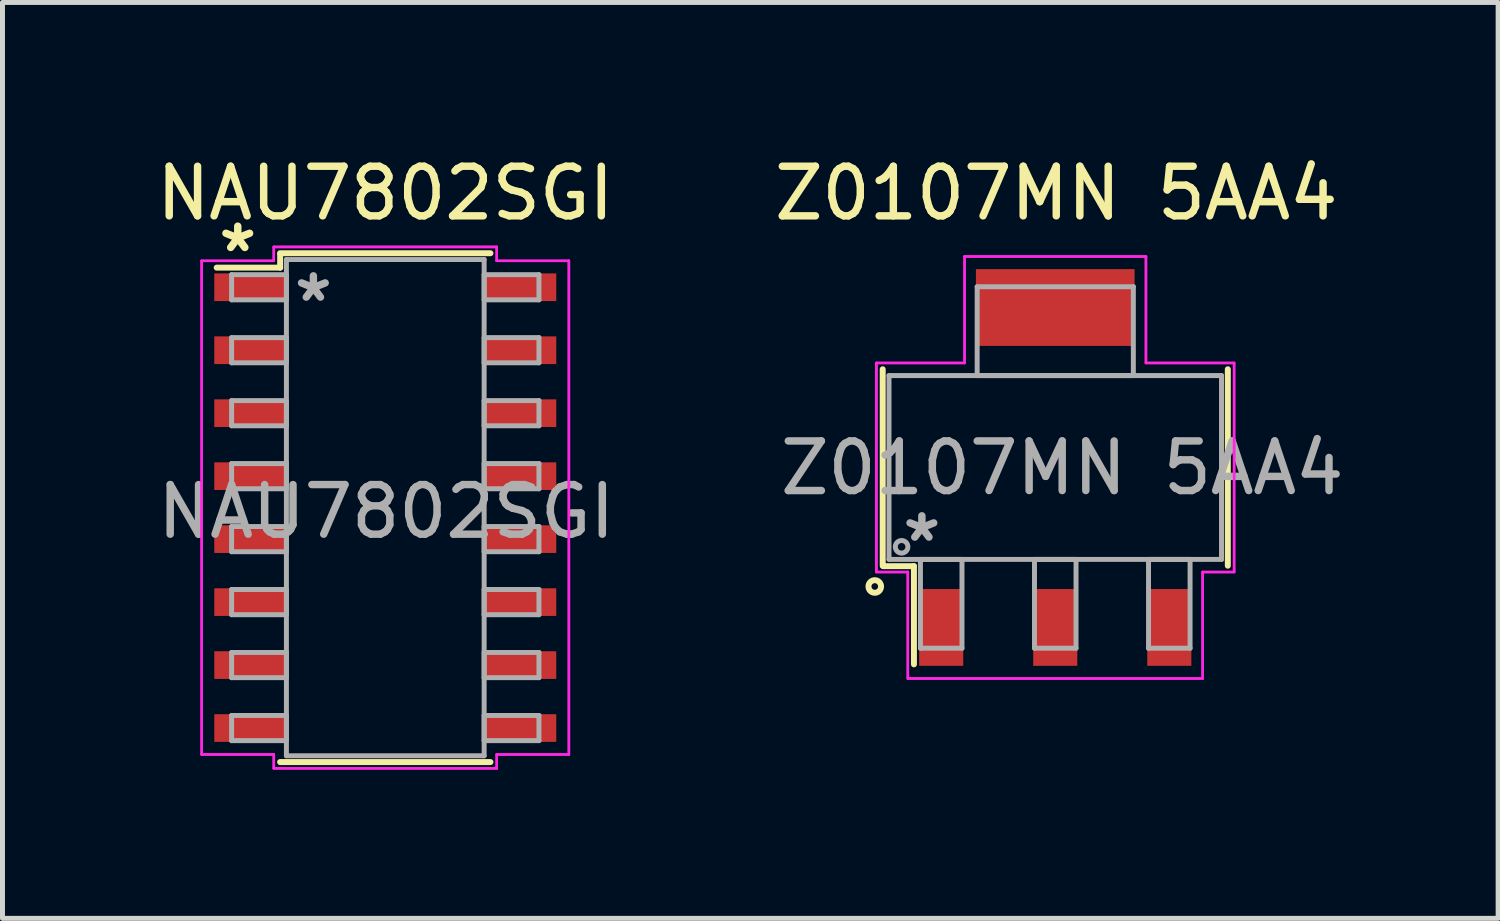
<source format=kicad_pcb>
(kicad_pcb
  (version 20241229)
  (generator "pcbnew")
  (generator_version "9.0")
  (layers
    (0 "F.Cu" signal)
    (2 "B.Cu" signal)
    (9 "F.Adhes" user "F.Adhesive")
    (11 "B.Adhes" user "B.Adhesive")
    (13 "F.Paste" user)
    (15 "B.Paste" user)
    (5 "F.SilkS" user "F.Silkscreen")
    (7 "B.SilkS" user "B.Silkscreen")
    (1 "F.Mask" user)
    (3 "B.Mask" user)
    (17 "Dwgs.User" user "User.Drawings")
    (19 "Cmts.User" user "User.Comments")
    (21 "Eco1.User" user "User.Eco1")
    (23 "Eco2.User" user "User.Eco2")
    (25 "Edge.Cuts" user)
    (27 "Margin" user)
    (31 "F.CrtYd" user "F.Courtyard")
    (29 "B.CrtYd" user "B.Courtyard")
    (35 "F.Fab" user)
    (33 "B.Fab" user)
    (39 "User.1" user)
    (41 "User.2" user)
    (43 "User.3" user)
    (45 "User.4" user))
  (footprint "Z0107MN 5AA4"
    (layer "F.Cu")
    (at 18.232 6.378)
    (property "Reference" "Z0107MN 5AA4" (at 0.02 -5.53 0) (layer "F.SilkS") (effects (font (size 1 1) (thickness 0.15))))
    (attr through_hole)
    (fp_line (start -3.48 -1.981) (end -3.48 1.981) (stroke (width 0.12) (type solid)) (layer "F.SilkS"))
    (fp_line (start -3.47 1.99) (end -2.85 1.99) (stroke (width 0.12) (type solid)) (layer "F.SilkS"))
    (fp_line (start -2.85 1.99) (end -2.85 3.97) (stroke (width 0.12) (type solid)) (layer "F.SilkS"))
    (fp_line (start 3.48 1.981) (end 3.48 -1.981) (stroke (width 0.12) (type solid)) (layer "F.SilkS"))
    (fp_circle (center -3.64 2.4) (end -3.513 2.4) (stroke (width 0.12) (type solid)) (fill no) (layer "F.SilkS"))
    (fp_line (start -3.607 -2.108) (end -1.829 -2.108) (stroke (width 0.05) (type solid)) (layer "F.CrtYd"))
    (fp_line (start -3.607 -2.108) (end -1.829 -2.108) (stroke (width 0.05) (type solid)) (layer "F.CrtYd"))
    (fp_line (start -3.607 2.108) (end -3.607 -2.108) (stroke (width 0.05) (type solid)) (layer "F.CrtYd"))
    (fp_line (start -3.607 2.108) (end -3.607 -2.108) (stroke (width 0.05) (type solid)) (layer "F.CrtYd"))
    (fp_line (start -2.973 2.108) (end -3.607 2.108) (stroke (width 0.05) (type solid)) (layer "F.CrtYd"))
    (fp_line (start -2.973 2.108) (end -3.607 2.108) (stroke (width 0.05) (type solid)) (layer "F.CrtYd"))
    (fp_line (start -2.973 4.255) (end -2.973 2.108) (stroke (width 0.05) (type solid)) (layer "F.CrtYd"))
    (fp_line (start -2.973 4.255) (end -2.973 2.108) (stroke (width 0.05) (type solid)) (layer "F.CrtYd"))
    (fp_line (start -1.829 -4.255) (end 1.829 -4.255) (stroke (width 0.05) (type solid)) (layer "F.CrtYd"))
    (fp_line (start -1.829 -4.255) (end 1.829 -4.255) (stroke (width 0.05) (type solid)) (layer "F.CrtYd"))
    (fp_line (start -1.829 -2.108) (end -1.829 -4.255) (stroke (width 0.05) (type solid)) (layer "F.CrtYd"))
    (fp_line (start -1.829 -2.108) (end -1.829 -4.255) (stroke (width 0.05) (type solid)) (layer "F.CrtYd"))
    (fp_line (start 1.829 -4.255) (end 1.829 -2.108) (stroke (width 0.05) (type solid)) (layer "F.CrtYd"))
    (fp_line (start 1.829 -4.255) (end 1.829 -2.108) (stroke (width 0.05) (type solid)) (layer "F.CrtYd"))
    (fp_line (start 1.829 -2.108) (end 3.607 -2.108) (stroke (width 0.05) (type solid)) (layer "F.CrtYd"))
    (fp_line (start 1.829 -2.108) (end 3.607 -2.108) (stroke (width 0.05) (type solid)) (layer "F.CrtYd"))
    (fp_line (start 2.973 2.108) (end 2.973 4.255) (stroke (width 0.05) (type solid)) (layer "F.CrtYd"))
    (fp_line (start 2.973 2.108) (end 2.973 4.255) (stroke (width 0.05) (type solid)) (layer "F.CrtYd"))
    (fp_line (start 2.973 4.255) (end -2.973 4.255) (stroke (width 0.05) (type solid)) (layer "F.CrtYd"))
    (fp_line (start 2.973 4.255) (end -2.973 4.255) (stroke (width 0.05) (type solid)) (layer "F.CrtYd"))
    (fp_line (start 3.607 -2.108) (end 3.607 2.108) (stroke (width 0.05) (type solid)) (layer "F.CrtYd"))
    (fp_line (start 3.607 -2.108) (end 3.607 2.108) (stroke (width 0.05) (type solid)) (layer "F.CrtYd"))
    (fp_line (start 3.607 2.108) (end 2.973 2.108) (stroke (width 0.05) (type solid)) (layer "F.CrtYd"))
    (fp_line (start 3.607 2.108) (end 2.973 2.108) (stroke (width 0.05) (type solid)) (layer "F.CrtYd"))
    (fp_line (start -3.353 -1.854) (end -3.353 1.854) (stroke (width 0.1) (type solid)) (layer "F.Fab"))
    (fp_line (start -3.353 1.854) (end 3.353 1.854) (stroke (width 0.1) (type solid)) (layer "F.Fab"))
    (fp_line (start -2.719 1.854) (end -2.719 3.645) (stroke (width 0.1) (type solid)) (layer "F.Fab"))
    (fp_line (start -2.719 3.645) (end -1.881 3.645) (stroke (width 0.1) (type solid)) (layer "F.Fab"))
    (fp_line (start -1.881 1.854) (end -2.719 1.854) (stroke (width 0.1) (type solid)) (layer "F.Fab"))
    (fp_line (start -1.881 3.645) (end -1.881 1.854) (stroke (width 0.1) (type solid)) (layer "F.Fab"))
    (fp_line (start -1.575 -3.645) (end -1.575 -1.854) (stroke (width 0.1) (type solid)) (layer "F.Fab"))
    (fp_line (start -1.575 -1.854) (end 1.575 -1.854) (stroke (width 0.1) (type solid)) (layer "F.Fab"))
    (fp_line (start -0.419 1.854) (end -0.419 3.645) (stroke (width 0.1) (type solid)) (layer "F.Fab"))
    (fp_line (start -0.419 3.645) (end 0.419 3.645) (stroke (width 0.1) (type solid)) (layer "F.Fab"))
    (fp_line (start 0.419 1.854) (end -0.419 1.854) (stroke (width 0.1) (type solid)) (layer "F.Fab"))
    (fp_line (start 0.419 3.645) (end 0.419 1.854) (stroke (width 0.1) (type solid)) (layer "F.Fab"))
    (fp_line (start 1.575 -3.645) (end -1.575 -3.645) (stroke (width 0.1) (type solid)) (layer "F.Fab"))
    (fp_line (start 1.575 -1.854) (end 1.575 -3.645) (stroke (width 0.1) (type solid)) (layer "F.Fab"))
    (fp_line (start 1.881 1.854) (end 1.881 3.645) (stroke (width 0.1) (type solid)) (layer "F.Fab"))
    (fp_line (start 1.881 3.645) (end 2.719 3.645) (stroke (width 0.1) (type solid)) (layer "F.Fab"))
    (fp_line (start 2.719 1.854) (end 1.881 1.854) (stroke (width 0.1) (type solid)) (layer "F.Fab"))
    (fp_line (start 2.719 3.645) (end 2.719 1.854) (stroke (width 0.1) (type solid)) (layer "F.Fab"))
    (fp_line (start 3.353 -1.854) (end -3.353 -1.854) (stroke (width 0.1) (type solid)) (layer "F.Fab"))
    (fp_line (start 3.353 1.854) (end 3.353 -1.854) (stroke (width 0.1) (type solid)) (layer "F.Fab"))
    (fp_circle (center -3.099 1.6) (end -2.972 1.6) (stroke (width 0.1) (type solid)) (fill no) (layer "F.Fab"))
    (fp_text user "${REFERENCE}" (at 0.14 0.01 0) (layer "F.Fab") (effects (font (size 1 1) (thickness 0.15))))
    (fp_text user "*" (at -2.69 1.52 0) (layer "F.Fab") (effects (font (size 1 1) (thickness 0.15))))
    (pad "1" smd rect (at -2.3 3.226) (size 0.889 1.549) (layers "F.Cu" "F.Mask" "F.Paste"))
    (pad "2" smd rect (at 0 -3.226) (size 3.2 1.549) (layers "F.Cu" "F.Mask" "F.Paste"))
    (pad "2" smd rect (at 0 3.226) (size 0.889 1.549) (layers "F.Cu" "F.Mask" "F.Paste"))
    (pad "3" smd rect (at 2.3 3.226) (size 0.889 1.549) (layers "F.Cu" "F.Mask" "F.Paste")))
  (footprint "NAU7802SGI"
    (layer "F.Cu")
    (at 4.72 7.188)
    (property "Reference" "NAU7802SGI" (at 0 -6.34 0) (layer "F.SilkS") (effects (font (size 1 1) (thickness 0.15))))
    (attr through_hole)
    (fp_line (start -2.121 5.131) (end 2.121 5.131) (stroke (width 0.12) (type solid)) (layer "F.SilkS"))
    (fp_line (start -2.12 -5.12) (end -2.12 -4.84) (stroke (width 0.12) (type solid)) (layer "F.SilkS"))
    (fp_line (start -2.12 -4.84) (end -3.4 -4.84) (stroke (width 0.12) (type solid)) (layer "F.SilkS"))
    (fp_line (start 2.121 -5.131) (end -2.121 -5.131) (stroke (width 0.12) (type solid)) (layer "F.SilkS"))
    (fp_line (start -3.703 -4.978) (end -2.248 -4.978) (stroke (width 0.05) (type solid)) (layer "F.CrtYd"))
    (fp_line (start -3.703 -4.978) (end -2.248 -4.978) (stroke (width 0.05) (type solid)) (layer "F.CrtYd"))
    (fp_line (start -3.703 4.978) (end -3.703 -4.978) (stroke (width 0.05) (type solid)) (layer "F.CrtYd"))
    (fp_line (start -3.703 4.978) (end -3.703 -4.978) (stroke (width 0.05) (type solid)) (layer "F.CrtYd"))
    (fp_line (start -3.703 4.978) (end -2.248 4.978) (stroke (width 0.05) (type solid)) (layer "F.CrtYd"))
    (fp_line (start -2.248 -5.258) (end 2.248 -5.258) (stroke (width 0.05) (type solid)) (layer "F.CrtYd"))
    (fp_line (start -2.248 -5.258) (end 2.248 -5.258) (stroke (width 0.05) (type solid)) (layer "F.CrtYd"))
    (fp_line (start -2.248 -4.978) (end -2.248 -5.258) (stroke (width 0.05) (type solid)) (layer "F.CrtYd"))
    (fp_line (start -2.248 -4.978) (end -2.248 -5.258) (stroke (width 0.05) (type solid)) (layer "F.CrtYd"))
    (fp_line (start -2.248 4.978) (end -3.703 4.978) (stroke (width 0.05) (type solid)) (layer "F.CrtYd"))
    (fp_line (start -2.248 5.258) (end -2.248 4.978) (stroke (width 0.05) (type solid)) (layer "F.CrtYd"))
    (fp_line (start -2.248 5.258) (end -2.248 4.978) (stroke (width 0.05) (type solid)) (layer "F.CrtYd"))
    (fp_line (start 2.248 -5.258) (end 2.248 -4.978) (stroke (width 0.05) (type solid)) (layer "F.CrtYd"))
    (fp_line (start 2.248 -5.258) (end 2.248 -4.978) (stroke (width 0.05) (type solid)) (layer "F.CrtYd"))
    (fp_line (start 2.248 -4.978) (end 3.703 -4.978) (stroke (width 0.05) (type solid)) (layer "F.CrtYd"))
    (fp_line (start 2.248 4.978) (end 2.248 5.258) (stroke (width 0.05) (type solid)) (layer "F.CrtYd"))
    (fp_line (start 2.248 4.978) (end 2.248 5.258) (stroke (width 0.05) (type solid)) (layer "F.CrtYd"))
    (fp_line (start 2.248 5.258) (end -2.248 5.258) (stroke (width 0.05) (type solid)) (layer "F.CrtYd"))
    (fp_line (start 2.248 5.258) (end -2.248 5.258) (stroke (width 0.05) (type solid)) (layer "F.CrtYd"))
    (fp_line (start 3.703 -4.978) (end 2.248 -4.978) (stroke (width 0.05) (type solid)) (layer "F.CrtYd"))
    (fp_line (start 3.703 -4.978) (end 3.703 4.978) (stroke (width 0.05) (type solid)) (layer "F.CrtYd"))
    (fp_line (start 3.703 -4.978) (end 3.703 4.978) (stroke (width 0.05) (type solid)) (layer "F.CrtYd"))
    (fp_line (start 3.703 4.978) (end 2.248 4.978) (stroke (width 0.05) (type solid)) (layer "F.CrtYd"))
    (fp_line (start 3.703 4.978) (end 2.248 4.978) (stroke (width 0.05) (type solid)) (layer "F.CrtYd"))
    (fp_line (start -3.099 -4.699) (end -3.099 -4.191) (stroke (width 0.1) (type solid)) (layer "F.Fab"))
    (fp_line (start -3.099 -4.191) (end -1.994 -4.191) (stroke (width 0.1) (type solid)) (layer "F.Fab"))
    (fp_line (start -3.099 -3.429) (end -3.099 -2.921) (stroke (width 0.1) (type solid)) (layer "F.Fab"))
    (fp_line (start -3.099 -2.921) (end -1.994 -2.921) (stroke (width 0.1) (type solid)) (layer "F.Fab"))
    (fp_line (start -3.099 -2.159) (end -3.099 -1.651) (stroke (width 0.1) (type solid)) (layer "F.Fab"))
    (fp_line (start -3.099 -1.651) (end -1.994 -1.651) (stroke (width 0.1) (type solid)) (layer "F.Fab"))
    (fp_line (start -3.099 -0.889) (end -3.099 -0.381) (stroke (width 0.1) (type solid)) (layer "F.Fab"))
    (fp_line (start -3.099 -0.381) (end -1.994 -0.381) (stroke (width 0.1) (type solid)) (layer "F.Fab"))
    (fp_line (start -3.099 0.381) (end -3.099 0.889) (stroke (width 0.1) (type solid)) (layer "F.Fab"))
    (fp_line (start -3.099 0.889) (end -1.994 0.889) (stroke (width 0.1) (type solid)) (layer "F.Fab"))
    (fp_line (start -3.099 1.651) (end -3.099 2.159) (stroke (width 0.1) (type solid)) (layer "F.Fab"))
    (fp_line (start -3.099 2.159) (end -1.994 2.159) (stroke (width 0.1) (type solid)) (layer "F.Fab"))
    (fp_line (start -3.099 2.921) (end -3.099 3.429) (stroke (width 0.1) (type solid)) (layer "F.Fab"))
    (fp_line (start -3.099 3.429) (end -1.994 3.429) (stroke (width 0.1) (type solid)) (layer "F.Fab"))
    (fp_line (start -3.099 4.191) (end -3.099 4.699) (stroke (width 0.1) (type solid)) (layer "F.Fab"))
    (fp_line (start -3.099 4.699) (end -1.994 4.699) (stroke (width 0.1) (type solid)) (layer "F.Fab"))
    (fp_line (start -1.994 -5.004) (end -1.994 5.004) (stroke (width 0.1) (type solid)) (layer "F.Fab"))
    (fp_line (start -1.994 -4.699) (end -3.099 -4.699) (stroke (width 0.1) (type solid)) (layer "F.Fab"))
    (fp_line (start -1.994 -4.191) (end -1.994 -4.699) (stroke (width 0.1) (type solid)) (layer "F.Fab"))
    (fp_line (start -1.994 -3.429) (end -3.099 -3.429) (stroke (width 0.1) (type solid)) (layer "F.Fab"))
    (fp_line (start -1.994 -2.921) (end -1.994 -3.429) (stroke (width 0.1) (type solid)) (layer "F.Fab"))
    (fp_line (start -1.994 -2.159) (end -3.099 -2.159) (stroke (width 0.1) (type solid)) (layer "F.Fab"))
    (fp_line (start -1.994 -1.651) (end -1.994 -2.159) (stroke (width 0.1) (type solid)) (layer "F.Fab"))
    (fp_line (start -1.994 -0.889) (end -3.099 -0.889) (stroke (width 0.1) (type solid)) (layer "F.Fab"))
    (fp_line (start -1.994 -0.381) (end -1.994 -0.889) (stroke (width 0.1) (type solid)) (layer "F.Fab"))
    (fp_line (start -1.994 0.381) (end -3.099 0.381) (stroke (width 0.1) (type solid)) (layer "F.Fab"))
    (fp_line (start -1.994 0.889) (end -1.994 0.381) (stroke (width 0.1) (type solid)) (layer "F.Fab"))
    (fp_line (start -1.994 1.651) (end -3.099 1.651) (stroke (width 0.1) (type solid)) (layer "F.Fab"))
    (fp_line (start -1.994 2.159) (end -1.994 1.651) (stroke (width 0.1) (type solid)) (layer "F.Fab"))
    (fp_line (start -1.994 2.921) (end -3.099 2.921) (stroke (width 0.1) (type solid)) (layer "F.Fab"))
    (fp_line (start -1.994 3.429) (end -1.994 2.921) (stroke (width 0.1) (type solid)) (layer "F.Fab"))
    (fp_line (start -1.994 4.191) (end -3.099 4.191) (stroke (width 0.1) (type solid)) (layer "F.Fab"))
    (fp_line (start -1.994 4.699) (end -1.994 4.191) (stroke (width 0.1) (type solid)) (layer "F.Fab"))
    (fp_line (start -1.994 5.004) (end 1.994 5.004) (stroke (width 0.1) (type solid)) (layer "F.Fab"))
    (fp_line (start 1.994 -5.004) (end -1.994 -5.004) (stroke (width 0.1) (type solid)) (layer "F.Fab"))
    (fp_line (start 1.994 -4.699) (end 1.994 -4.191) (stroke (width 0.1) (type solid)) (layer "F.Fab"))
    (fp_line (start 1.994 -4.191) (end 3.099 -4.191) (stroke (width 0.1) (type solid)) (layer "F.Fab"))
    (fp_line (start 1.994 -3.429) (end 1.994 -2.921) (stroke (width 0.1) (type solid)) (layer "F.Fab"))
    (fp_line (start 1.994 -2.921) (end 3.099 -2.921) (stroke (width 0.1) (type solid)) (layer "F.Fab"))
    (fp_line (start 1.994 -2.159) (end 1.994 -1.651) (stroke (width 0.1) (type solid)) (layer "F.Fab"))
    (fp_line (start 1.994 -1.651) (end 3.099 -1.651) (stroke (width 0.1) (type solid)) (layer "F.Fab"))
    (fp_line (start 1.994 -0.889) (end 1.994 -0.381) (stroke (width 0.1) (type solid)) (layer "F.Fab"))
    (fp_line (start 1.994 -0.381) (end 3.099 -0.381) (stroke (width 0.1) (type solid)) (layer "F.Fab"))
    (fp_line (start 1.994 0.381) (end 1.994 0.889) (stroke (width 0.1) (type solid)) (layer "F.Fab"))
    (fp_line (start 1.994 0.889) (end 3.099 0.889) (stroke (width 0.1) (type solid)) (layer "F.Fab"))
    (fp_line (start 1.994 1.651) (end 1.994 2.159) (stroke (width 0.1) (type solid)) (layer "F.Fab"))
    (fp_line (start 1.994 2.159) (end 3.099 2.159) (stroke (width 0.1) (type solid)) (layer "F.Fab"))
    (fp_line (start 1.994 2.921) (end 1.994 3.429) (stroke (width 0.1) (type solid)) (layer "F.Fab"))
    (fp_line (start 1.994 3.429) (end 3.099 3.429) (stroke (width 0.1) (type solid)) (layer "F.Fab"))
    (fp_line (start 1.994 4.191) (end 1.994 4.699) (stroke (width 0.1) (type solid)) (layer "F.Fab"))
    (fp_line (start 1.994 4.699) (end 3.099 4.699) (stroke (width 0.1) (type solid)) (layer "F.Fab"))
    (fp_line (start 1.994 5.004) (end 1.994 -5.004) (stroke (width 0.1) (type solid)) (layer "F.Fab"))
    (fp_line (start 3.099 -4.699) (end 1.994 -4.699) (stroke (width 0.1) (type solid)) (layer "F.Fab"))
    (fp_line (start 3.099 -4.191) (end 3.099 -4.699) (stroke (width 0.1) (type solid)) (layer "F.Fab"))
    (fp_line (start 3.099 -3.429) (end 1.994 -3.429) (stroke (width 0.1) (type solid)) (layer "F.Fab"))
    (fp_line (start 3.099 -2.921) (end 3.099 -3.429) (stroke (width 0.1) (type solid)) (layer "F.Fab"))
    (fp_line (start 3.099 -2.159) (end 1.994 -2.159) (stroke (width 0.1) (type solid)) (layer "F.Fab"))
    (fp_line (start 3.099 -1.651) (end 3.099 -2.159) (stroke (width 0.1) (type solid)) (layer "F.Fab"))
    (fp_line (start 3.099 -0.889) (end 1.994 -0.889) (stroke (width 0.1) (type solid)) (layer "F.Fab"))
    (fp_line (start 3.099 -0.381) (end 3.099 -0.889) (stroke (width 0.1) (type solid)) (layer "F.Fab"))
    (fp_line (start 3.099 0.381) (end 1.994 0.381) (stroke (width 0.1) (type solid)) (layer "F.Fab"))
    (fp_line (start 3.099 0.889) (end 3.099 0.381) (stroke (width 0.1) (type solid)) (layer "F.Fab"))
    (fp_line (start 3.099 1.651) (end 1.994 1.651) (stroke (width 0.1) (type solid)) (layer "F.Fab"))
    (fp_line (start 3.099 2.159) (end 3.099 1.651) (stroke (width 0.1) (type solid)) (layer "F.Fab"))
    (fp_line (start 3.099 2.921) (end 1.994 2.921) (stroke (width 0.1) (type solid)) (layer "F.Fab"))
    (fp_line (start 3.099 3.429) (end 3.099 2.921) (stroke (width 0.1) (type solid)) (layer "F.Fab"))
    (fp_line (start 3.099 4.191) (end 1.994 4.191) (stroke (width 0.1) (type solid)) (layer "F.Fab"))
    (fp_line (start 3.099 4.699) (end 3.099 4.191) (stroke (width 0.1) (type solid)) (layer "F.Fab"))
    (fp_text user "*" (at -2.975 -5.131 0) (layer "F.SilkS") (effects (font (size 1 1) (thickness 0.15))))
    (fp_text user "*" (at -1.45 -4.13 0) (layer "F.Fab") (effects (font (size 1 1) (thickness 0.15))))
    (fp_text user "${REFERENCE}" (at 0.02 0.08 0) (layer "F.Fab") (effects (font (size 1 1) (thickness 0.15))))
    (pad "1" smd rect (at -2.721 -4.445) (size 1.455 0.558) (layers "F.Cu" "F.Mask" "F.Paste"))
    (pad "2" smd rect (at -2.721 -3.175) (size 1.455 0.558) (layers "F.Cu" "F.Mask" "F.Paste"))
    (pad "3" smd rect (at -2.721 -1.905) (size 1.455 0.558) (layers "F.Cu" "F.Mask" "F.Paste"))
    (pad "4" smd rect (at -2.721 -0.635) (size 1.455 0.558) (layers "F.Cu" "F.Mask" "F.Paste"))
    (pad "5" smd rect (at -2.721 0.635) (size 1.455 0.558) (layers "F.Cu" "F.Mask" "F.Paste"))
    (pad "6" smd rect (at -2.721 1.905) (size 1.455 0.558) (layers "F.Cu" "F.Mask" "F.Paste"))
    (pad "7" smd rect (at -2.721 3.175) (size 1.455 0.558) (layers "F.Cu" "F.Mask" "F.Paste"))
    (pad "8" smd rect (at -2.721 4.445) (size 1.455 0.558) (layers "F.Cu" "F.Mask" "F.Paste"))
    (pad "9" smd rect (at 2.721 4.445) (size 1.455 0.558) (layers "F.Cu" "F.Mask" "F.Paste"))
    (pad "10" smd rect (at 2.721 3.175) (size 1.455 0.558) (layers "F.Cu" "F.Mask" "F.Paste"))
    (pad "11" smd rect (at 2.721 1.905) (size 1.455 0.558) (layers "F.Cu" "F.Mask" "F.Paste"))
    (pad "12" smd rect (at 2.721 0.635) (size 1.455 0.558) (layers "F.Cu" "F.Mask" "F.Paste"))
    (pad "13" smd rect (at 2.721 -0.635) (size 1.455 0.558) (layers "F.Cu" "F.Mask" "F.Paste"))
    (pad "14" smd rect (at 2.721 -1.905) (size 1.455 0.558) (layers "F.Cu" "F.Mask" "F.Paste"))
    (pad "15" smd rect (at 2.721 -3.175) (size 1.455 0.558) (layers "F.Cu" "F.Mask" "F.Paste"))
    (pad "16" smd rect (at 2.721 -4.445) (size 1.455 0.558) (layers "F.Cu" "F.Mask" "F.Paste")))
  (gr_rect
    (start -3 -3)
    (end 27.164 15.471)
    (stroke (width 0.1) (type default))
    (fill no)
    (layer "Edge.Cuts")))
</source>
